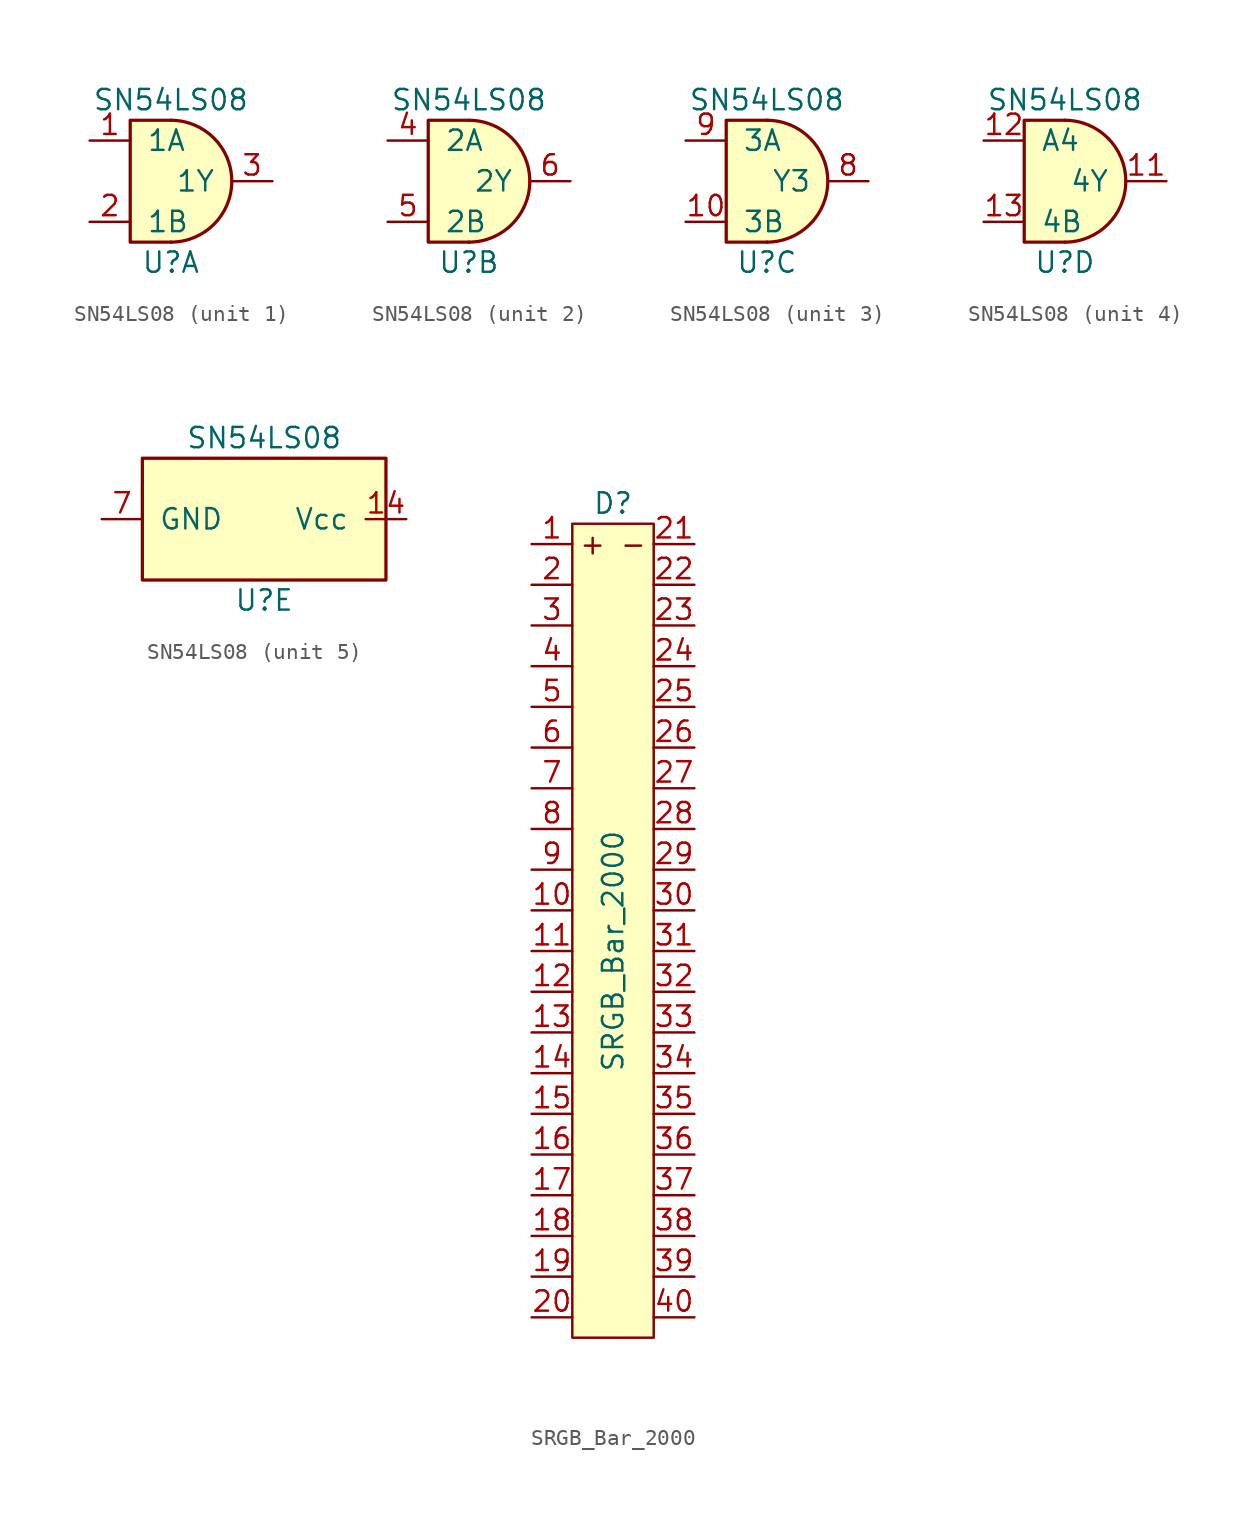
<source format=kicad_sym>
(kicad_symbol_lib
  (version 20211014)
  (generator kicad_symbol_editor)
  (symbol "SN54LS08"
    (pin_names
      (offset 1.016))
    (property "Reference" "U"
      (at 0 -5.08 0)
      (effects (font (size 1.27 1.27))))
    (property "Value" "SN54LS08"
      (at 0 5.08 0)
      (effects (font (size 1.27 1.27))))
    (property "ki_locked" ""
      (at 0 0 0)
      (effects (font (size 1.27 1.27))))
    (symbol "SN54LS08_1_1"
      (arc (start 0 -3.81) (mid 3.81 0) (end 0 3.81) (stroke (width 0.2032) (type default) (color 0 0 0 0)) (fill (type background)))
      (polyline (pts (xy 0 3.81) (xy -2.54 3.81) (xy -2.54 -3.81) (xy 0 -3.81)) (stroke (width 0.203) (type default) (color 0 0 0 0)) (fill (type background)))
      (pin input line (at -5.08 2.54 0) (length 2.54) (name "1A" (effects (font (size 1.27 1.27)))) (number "1" (effects (font (size 1.27 1.27)))))
      (pin input line (at -5.08 -2.54 0) (length 2.54) (name "1B" (effects (font (size 1.27 1.27)))) (number "2" (effects (font (size 1.27 1.27)))))
      (pin output line (at 6.35 0 180) (length 2.54) (name "1Y" (effects (font (size 1.27 1.27)))) (number "3" (effects (font (size 1.27 1.27))))))
    (symbol "SN54LS08_2_1"
      (arc (start 0 -3.81) (mid 3.81 0) (end 0 3.81) (stroke (width 0.2032) (type default) (color 0 0 0 0)) (fill (type background)))
      (polyline (pts (xy 0 3.81) (xy -2.54 3.81) (xy -2.54 -3.81) (xy 0 -3.81)) (stroke (width 0.203) (type default) (color 0 0 0 0)) (fill (type background)))
      (pin input line (at -5.08 2.54 0) (length 2.54) (name "2A" (effects (font (size 1.27 1.27)))) (number "4" (effects (font (size 1.27 1.27)))))
      (pin input line (at -5.08 -2.54 0) (length 2.54) (name "2B" (effects (font (size 1.27 1.27)))) (number "5" (effects (font (size 1.27 1.27)))))
      (pin output line (at 6.35 0 180) (length 2.54) (name "2Y" (effects (font (size 1.27 1.27)))) (number "6" (effects (font (size 1.27 1.27))))))
    (symbol "SN54LS08_3_1"
      (arc (start 0 -3.81) (mid 3.81 0) (end 0 3.81) (stroke (width 0.2032) (type default) (color 0 0 0 0)) (fill (type background)))
      (polyline (pts (xy 0 3.81) (xy -2.54 3.81) (xy -2.54 -3.81) (xy 0 -3.81)) (stroke (width 0.203) (type default) (color 0 0 0 0)) (fill (type background)))
      (pin input line (at -5.08 -2.54 0) (length 2.54) (name "3B" (effects (font (size 1.27 1.27)))) (number "10" (effects (font (size 1.27 1.27)))))
      (pin output line (at 6.35 0 180) (length 2.54) (name "Y3" (effects (font (size 1.27 1.27)))) (number "8" (effects (font (size 1.27 1.27)))))
      (pin input line (at -5.08 2.54 0) (length 2.54) (name "3A" (effects (font (size 1.27 1.27)))) (number "9" (effects (font (size 1.27 1.27))))))
    (symbol "SN54LS08_4_1"
      (arc (start 0 -3.81) (mid 3.81 0) (end 0 3.81) (stroke (width 0.2032) (type default) (color 0 0 0 0)) (fill (type background)))
      (polyline (pts (xy 0 3.81) (xy -2.54 3.81) (xy -2.54 -3.81) (xy 0 -3.81)) (stroke (width 0.203) (type default) (color 0 0 0 0)) (fill (type background)))
      (pin output line (at 6.35 0 180) (length 2.54) (name "4Y" (effects (font (size 1.27 1.27)))) (number "11" (effects (font (size 1.27 1.27)))))
      (pin input line (at -5.08 2.54 0) (length 2.54) (name "A4" (effects (font (size 1.27 1.27)))) (number "12" (effects (font (size 1.27 1.27)))))
      (pin input line (at -5.08 -2.54 0) (length 2.54) (name "4B" (effects (font (size 1.27 1.27)))) (number "13" (effects (font (size 1.27 1.27))))))
    (symbol "SN54LS08_5_1"
      (rectangle (start -7.62 3.81) (end 7.62 -3.81) (stroke (width 0.203) (type default) (color 0 0 0 0)) (fill (type background)))
      (pin power_in line (at 8.89 0 180) (length 2.54) (name "Vcc" (effects (font (size 1.27 1.27)))) (number "14" (effects (font (size 1.27 1.27)))))
      (pin power_in line (at -10.16 0 0) (length 2.54) (name "GND" (effects (font (size 1.27 1.27)))) (number "7" (effects (font (size 1.27 1.27)))))))
  (symbol "SRGB_Bar_2000"
    (property "Reference" "D"
      (at 0 27.94 0)
      (effects (font (size 1.27 1.27))))
    (property "Value" "SRGB_Bar_2000"
      (at 0 0 90)
      (effects (font (size 1.27 1.27))))
    (symbol "SRGB_Bar_2000_0_0"
      (text "+" (at -1.27 25.4 0) (effects (font (size 1.27 1.27))))
      (text "-" (at 1.27 25.4 0) (effects (font (size 1.27 1.27))))
      (pin input line (at -5.08 25.4 0) (length 2.54) (name "" (effects (font (size 1.27 1.27)))) (number "1" (effects (font (size 1.27 1.27)))))
      (pin input line (at -5.08 2.54 0) (length 2.54) (name "" (effects (font (size 1.27 1.27)))) (number "10" (effects (font (size 1.27 1.27)))))
      (pin input line (at -5.08 0 0) (length 2.54) (name "" (effects (font (size 1.27 1.27)))) (number "11" (effects (font (size 1.27 1.27)))))
      (pin input line (at -5.08 -2.54 0) (length 2.54) (name "" (effects (font (size 1.27 1.27)))) (number "12" (effects (font (size 1.27 1.27)))))
      (pin input line (at -5.08 -5.08 0) (length 2.54) (name "" (effects (font (size 1.27 1.27)))) (number "13" (effects (font (size 1.27 1.27)))))
      (pin input line (at -5.08 -7.62 0) (length 2.54) (name "" (effects (font (size 1.27 1.27)))) (number "14" (effects (font (size 1.27 1.27)))))
      (pin input line (at -5.08 -10.16 0) (length 2.54) (name "" (effects (font (size 1.27 1.27)))) (number "15" (effects (font (size 1.27 1.27)))))
      (pin input line (at -5.08 -12.7 0) (length 2.54) (name "" (effects (font (size 1.27 1.27)))) (number "16" (effects (font (size 1.27 1.27)))))
      (pin input line (at -5.08 -15.24 0) (length 2.54) (name "" (effects (font (size 1.27 1.27)))) (number "17" (effects (font (size 1.27 1.27)))))
      (pin input line (at -5.08 -17.78 0) (length 2.54) (name "" (effects (font (size 1.27 1.27)))) (number "18" (effects (font (size 1.27 1.27)))))
      (pin input line (at -5.08 -20.32 0) (length 2.54) (name "" (effects (font (size 1.27 1.27)))) (number "19" (effects (font (size 1.27 1.27)))))
      (pin input line (at -5.08 22.86 0) (length 2.54) (name "" (effects (font (size 1.27 1.27)))) (number "2" (effects (font (size 1.27 1.27)))))
      (pin input line (at -5.08 -22.86 0) (length 2.54) (name "" (effects (font (size 1.27 1.27)))) (number "20" (effects (font (size 1.27 1.27)))))
      (pin power_in line (at 5.08 25.4 180) (length 2.54) (name "" (effects (font (size 1.27 1.27)))) (number "21" (effects (font (size 1.27 1.27)))))
      (pin power_in line (at 5.08 22.86 180) (length 2.54) (name "" (effects (font (size 1.27 1.27)))) (number "22" (effects (font (size 1.27 1.27)))))
      (pin power_in line (at 5.08 20.32 180) (length 2.54) (name "" (effects (font (size 1.27 1.27)))) (number "23" (effects (font (size 1.27 1.27)))))
      (pin power_in line (at 5.08 17.78 180) (length 2.54) (name "" (effects (font (size 1.27 1.27)))) (number "24" (effects (font (size 1.27 1.27)))))
      (pin power_in line (at 5.08 15.24 180) (length 2.54) (name "" (effects (font (size 1.27 1.27)))) (number "25" (effects (font (size 1.27 1.27)))))
      (pin power_in line (at 5.08 12.7 180) (length 2.54) (name "" (effects (font (size 1.27 1.27)))) (number "26" (effects (font (size 1.27 1.27)))))
      (pin power_in line (at 5.08 10.16 180) (length 2.54) (name "" (effects (font (size 1.27 1.27)))) (number "27" (effects (font (size 1.27 1.27)))))
      (pin power_in line (at 5.08 7.62 180) (length 2.54) (name "" (effects (font (size 1.27 1.27)))) (number "28" (effects (font (size 1.27 1.27)))))
      (pin power_in line (at 5.08 5.08 180) (length 2.54) (name "" (effects (font (size 1.27 1.27)))) (number "29" (effects (font (size 1.27 1.27)))))
      (pin input line (at -5.08 20.32 0) (length 2.54) (name "" (effects (font (size 1.27 1.27)))) (number "3" (effects (font (size 1.27 1.27)))))
      (pin power_in line (at 5.08 2.54 180) (length 2.54) (name "" (effects (font (size 1.27 1.27)))) (number "30" (effects (font (size 1.27 1.27)))))
      (pin power_in line (at 5.08 0 180) (length 2.54) (name "" (effects (font (size 1.27 1.27)))) (number "31" (effects (font (size 1.27 1.27)))))
      (pin power_in line (at 5.08 -2.54 180) (length 2.54) (name "" (effects (font (size 1.27 1.27)))) (number "32" (effects (font (size 1.27 1.27)))))
      (pin power_in line (at 5.08 -5.08 180) (length 2.54) (name "" (effects (font (size 1.27 1.27)))) (number "33" (effects (font (size 1.27 1.27)))))
      (pin power_in line (at 5.08 -7.62 180) (length 2.54) (name "" (effects (font (size 1.27 1.27)))) (number "34" (effects (font (size 1.27 1.27)))))
      (pin power_in line (at 5.08 -10.16 180) (length 2.54) (name "" (effects (font (size 1.27 1.27)))) (number "35" (effects (font (size 1.27 1.27)))))
      (pin power_in line (at 5.08 -12.7 180) (length 2.54) (name "" (effects (font (size 1.27 1.27)))) (number "36" (effects (font (size 1.27 1.27)))))
      (pin power_in line (at 5.08 -15.24 180) (length 2.54) (name "" (effects (font (size 1.27 1.27)))) (number "37" (effects (font (size 1.27 1.27)))))
      (pin power_in line (at 5.08 -17.78 180) (length 2.54) (name "" (effects (font (size 1.27 1.27)))) (number "38" (effects (font (size 1.27 1.27)))))
      (pin power_in line (at 5.08 -20.32 180) (length 2.54) (name "" (effects (font (size 1.27 1.27)))) (number "39" (effects (font (size 1.27 1.27)))))
      (pin input line (at -5.08 17.78 0) (length 2.54) (name "" (effects (font (size 1.27 1.27)))) (number "4" (effects (font (size 1.27 1.27)))))
      (pin power_in line (at 5.08 -22.86 180) (length 2.54) (name "" (effects (font (size 1.27 1.27)))) (number "40" (effects (font (size 1.27 1.27)))))
      (pin input line (at -5.08 15.24 0) (length 2.54) (name "" (effects (font (size 1.27 1.27)))) (number "5" (effects (font (size 1.27 1.27)))))
      (pin input line (at -5.08 12.7 0) (length 2.54) (name "" (effects (font (size 1.27 1.27)))) (number "6" (effects (font (size 1.27 1.27)))))
      (pin input line (at -5.08 10.16 0) (length 2.54) (name "" (effects (font (size 1.27 1.27)))) (number "7" (effects (font (size 1.27 1.27)))))
      (pin input line (at -5.08 7.62 0) (length 2.54) (name "" (effects (font (size 1.27 1.27)))) (number "8" (effects (font (size 1.27 1.27)))))
      (pin input line (at -5.08 5.08 0) (length 2.54) (name "" (effects (font (size 1.27 1.27)))) (number "9" (effects (font (size 1.27 1.27))))))
    (symbol "SRGB_Bar_2000_0_1"
      (rectangle (start 2.54 -24.13) (end -2.54 26.67) (stroke (width 0) (type default) (color 0 0 0 0)) (fill (type background))))))
</source>
